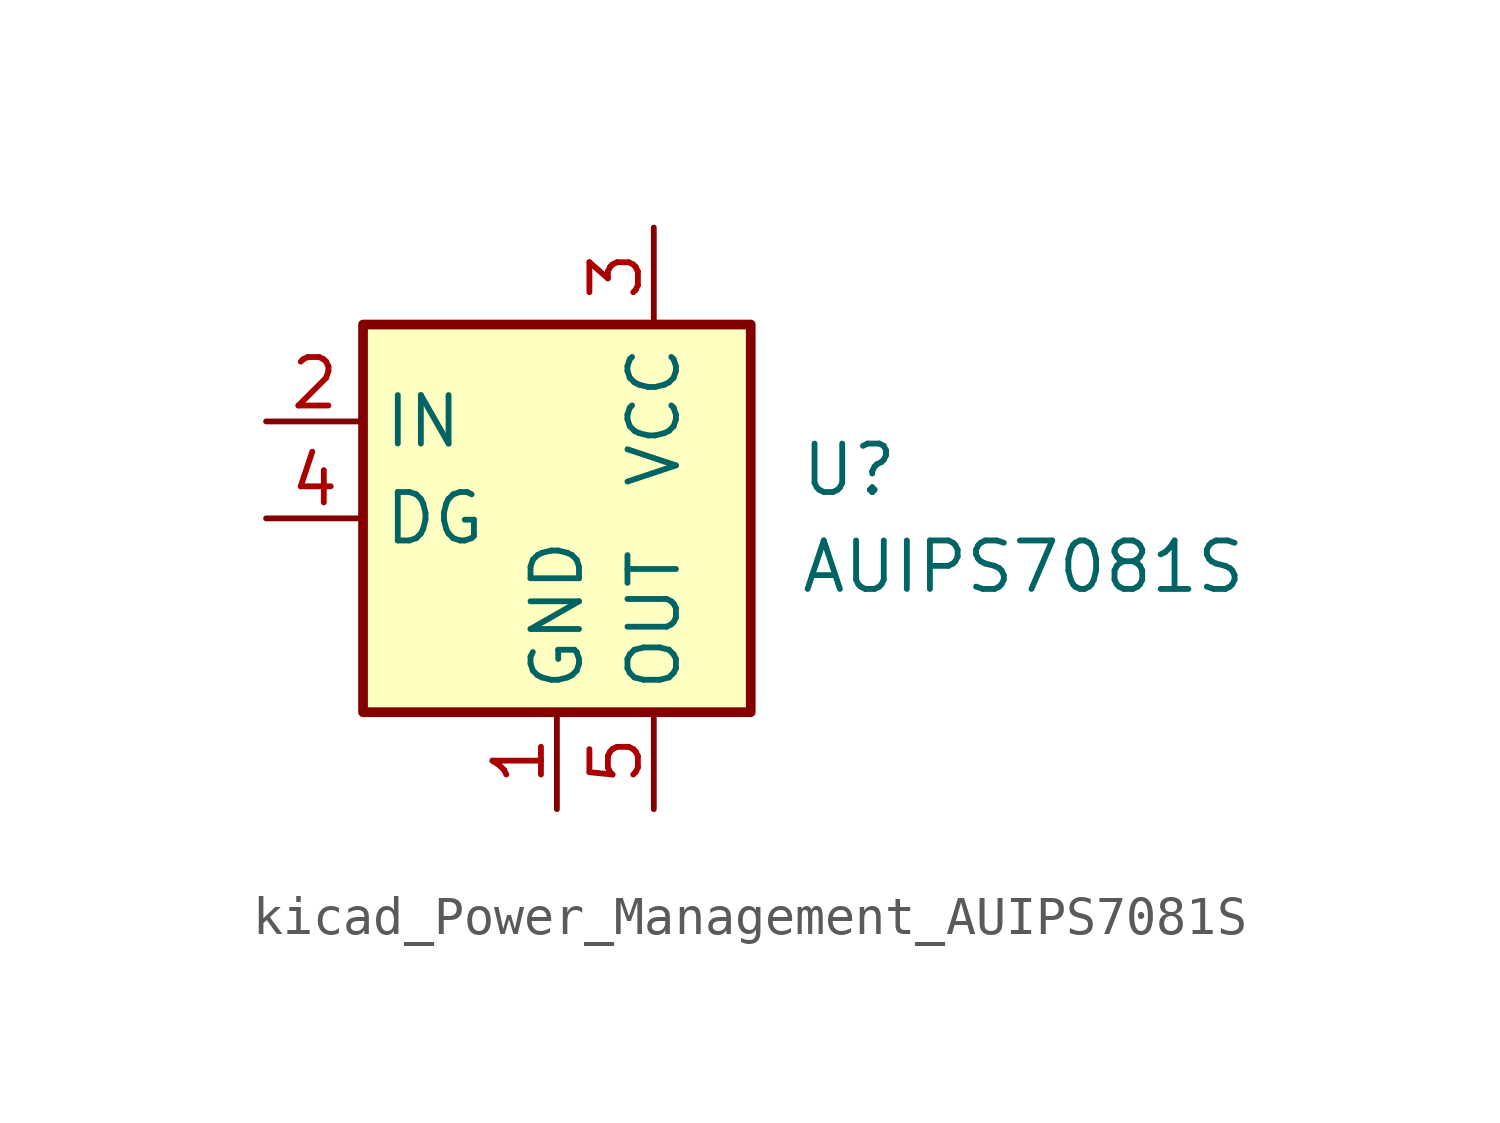
<source format=kicad_sym>
(kicad_symbol_lib
  (version 20220914)
  (generator kicad_symbol_editor)
  (symbol "kicad_Power_Management_AUIPS7081S"
    (property "Reference" "U"
      (at 3.81 1.27 0)
      (effects (font (size 1.27 1.27)) (justify left)))
    (property "Value" "AUIPS7081S"
      (at 3.81 -1.27 0)
      (effects (font (size 1.27 1.27)) (justify left)))
    (symbol "kicad_Power_Management_AUIPS7081S_0_1"
      (rectangle (start -7.62 5.08) (end 2.54 -5.08) (stroke (width 0.254) (type default)) (fill (type background))))
    (symbol "kicad_Power_Management_AUIPS7081S_1_1"
      (pin power_in line (at -2.54 -7.62 90) (length 2.54) (name "GND" (effects (font (size 1.27 1.27)))) (number "1" (effects (font (size 1.27 1.27)))))
      (pin input line (at -10.16 2.54 0) (length 2.54) (name "IN" (effects (font (size 1.27 1.27)))) (number "2" (effects (font (size 1.27 1.27)))))
      (pin power_in line (at 0 7.62 270) (length 2.54) (name "VCC" (effects (font (size 1.27 1.27)))) (number "3" (effects (font (size 1.27 1.27)))))
      (pin open_collector line (at -10.16 0 0) (length 2.54) (name "DG" (effects (font (size 1.27 1.27)))) (number "4" (effects (font (size 1.27 1.27)))))
      (pin power_out line (at 0 -7.62 90) (length 2.54) (name "OUT" (effects (font (size 1.27 1.27)))) (number "5" (effects (font (size 1.27 1.27))))))))
</source>
